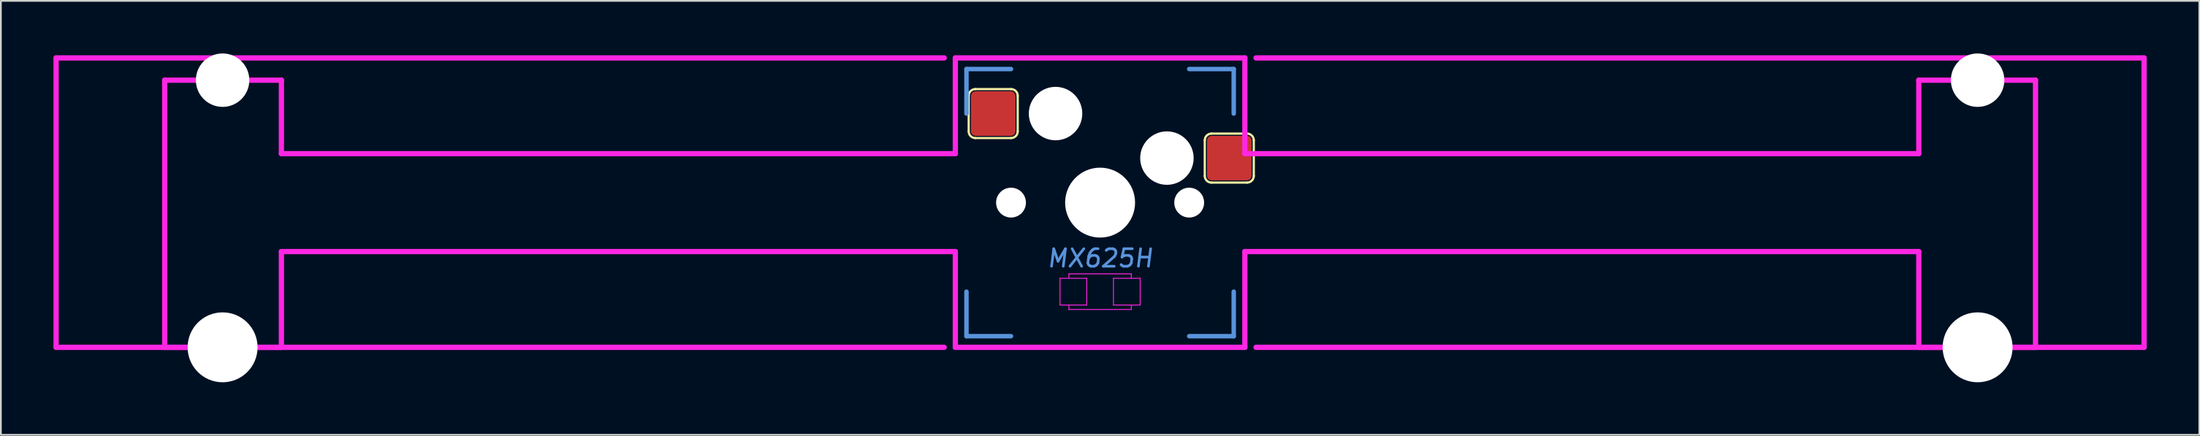
<source format=kicad_pcb>
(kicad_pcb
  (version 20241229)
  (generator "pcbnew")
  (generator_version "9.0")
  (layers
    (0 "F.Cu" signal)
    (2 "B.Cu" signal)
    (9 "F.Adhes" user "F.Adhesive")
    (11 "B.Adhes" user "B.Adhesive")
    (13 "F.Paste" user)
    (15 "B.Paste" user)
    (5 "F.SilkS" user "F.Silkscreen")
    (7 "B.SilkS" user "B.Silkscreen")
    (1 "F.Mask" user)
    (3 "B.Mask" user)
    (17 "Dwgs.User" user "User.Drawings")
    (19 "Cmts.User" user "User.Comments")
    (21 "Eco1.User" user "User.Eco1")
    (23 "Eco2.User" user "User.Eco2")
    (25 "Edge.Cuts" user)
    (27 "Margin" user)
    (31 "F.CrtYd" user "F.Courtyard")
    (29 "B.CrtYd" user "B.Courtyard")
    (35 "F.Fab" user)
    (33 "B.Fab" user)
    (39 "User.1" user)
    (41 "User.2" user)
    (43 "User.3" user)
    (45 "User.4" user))
  (footprint "MX625H"
    (layer "F.Cu")
    (at 59.681 8.509)
    (property "Reference" "MX625H" (at 0 3.175 0) (layer "Cmts.User") (effects (font (size 1 1) (thickness 0.15) (italic yes))))
    (attr through_hole)
    (fp_line (start -7.493 -6.096) (end -7.493 -4.064) (stroke (width 0.127) (type solid)) (layer "F.SilkS"))
    (fp_line (start -7.112 -3.683) (end -5.08 -3.683) (stroke (width 0.127) (type solid)) (layer "F.SilkS"))
    (fp_line (start -5.08 -6.477) (end -7.112 -6.477) (stroke (width 0.127) (type solid)) (layer "F.SilkS"))
    (fp_line (start -4.699 -4.064) (end -4.699 -6.096) (stroke (width 0.127) (type solid)) (layer "F.SilkS"))
    (fp_line (start 5.969 -3.556) (end 5.969 -1.524) (stroke (width 0.127) (type solid)) (layer "F.SilkS"))
    (fp_line (start 6.35 -1.143) (end 8.382 -1.143) (stroke (width 0.127) (type solid)) (layer "F.SilkS"))
    (fp_line (start 8.382 -3.937) (end 6.35 -3.937) (stroke (width 0.127) (type solid)) (layer "F.SilkS"))
    (fp_line (start 8.763 -1.524) (end 8.763 -3.556) (stroke (width 0.127) (type solid)) (layer "F.SilkS"))
    (fp_arc (start -7.493 -6.096) (mid -7.381408 -6.365408) (end -7.112 -6.477) (stroke (width 0.127) (type solid)) (layer "F.SilkS"))
    (fp_arc (start -7.112 -3.683) (mid -7.381408 -3.794592) (end -7.493 -4.064) (stroke (width 0.127) (type solid)) (layer "F.SilkS"))
    (fp_arc (start -5.08 -6.477) (mid -4.810592 -6.365408) (end -4.699 -6.096) (stroke (width 0.127) (type solid)) (layer "F.SilkS"))
    (fp_arc (start -4.699 -4.064) (mid -4.810592 -3.794592) (end -5.08 -3.683) (stroke (width 0.127) (type solid)) (layer "F.SilkS"))
    (fp_arc (start 5.969 -3.556) (mid 6.080592 -3.825408) (end 6.35 -3.937) (stroke (width 0.127) (type solid)) (layer "F.SilkS"))
    (fp_arc (start 6.35 -1.143) (mid 6.080592 -1.254592) (end 5.969 -1.524) (stroke (width 0.127) (type solid)) (layer "F.SilkS"))
    (fp_arc (start 8.382 -3.937) (mid 8.651408 -3.825408) (end 8.763 -3.556) (stroke (width 0.127) (type solid)) (layer "F.SilkS"))
    (fp_arc (start 8.763 -1.524) (mid 8.651408 -1.254592) (end 8.382 -1.143) (stroke (width 0.127) (type solid)) (layer "F.SilkS"))
    (fp_line (start -7.62 -7.62) (end -7.62 -5.08) (stroke (width 0.254) (type solid)) (layer "Cmts.User"))
    (fp_line (start -7.62 -7.62) (end -5.08 -7.62) (stroke (width 0.254) (type solid)) (layer "Cmts.User"))
    (fp_line (start -7.62 7.62) (end -7.62 5.08) (stroke (width 0.254) (type solid)) (layer "Cmts.User"))
    (fp_line (start -7.62 7.62) (end -5.08 7.62) (stroke (width 0.254) (type solid)) (layer "Cmts.User"))
    (fp_line (start 7.62 -7.62) (end 5.08 -7.62) (stroke (width 0.254) (type solid)) (layer "Cmts.User"))
    (fp_line (start 7.62 -7.62) (end 7.62 -5.08) (stroke (width 0.254) (type solid)) (layer "Cmts.User"))
    (fp_line (start 7.62 7.62) (end 5.08 7.62) (stroke (width 0.254) (type solid)) (layer "Cmts.User"))
    (fp_line (start 7.62 7.62) (end 7.62 5.08) (stroke (width 0.254) (type solid)) (layer "Cmts.User"))
    (fp_line (start -59.531 -8.255) (end -59.531 8.255) (stroke (width 0.3) (type solid)) (layer "F.CrtYd"))
    (fp_line (start -59.531 -8.255) (end -8.89 -8.255) (stroke (width 0.3) (type solid)) (layer "F.CrtYd"))
    (fp_line (start -59.531 8.255) (end -8.89 8.255) (stroke (width 0.3) (type solid)) (layer "F.CrtYd"))
    (fp_line (start -53.34 -6.985) (end -53.34 8.255) (stroke (width 0.3) (type solid)) (layer "F.CrtYd"))
    (fp_line (start -53.34 -6.985) (end -46.685 -6.985) (stroke (width 0.3) (type solid)) (layer "F.CrtYd"))
    (fp_line (start -53.34 8.255) (end -46.685 8.255) (stroke (width 0.3) (type solid)) (layer "F.CrtYd"))
    (fp_line (start -46.685 -6.985) (end -46.685 -2.794) (stroke (width 0.3) (type solid)) (layer "F.CrtYd"))
    (fp_line (start -46.685 -2.794) (end -8.255 -2.794) (stroke (width 0.3) (type solid)) (layer "F.CrtYd"))
    (fp_line (start -46.685 2.794) (end -46.685 8.255) (stroke (width 0.3) (type solid)) (layer "F.CrtYd"))
    (fp_line (start -46.685 2.794) (end -8.255 2.794) (stroke (width 0.3) (type solid)) (layer "F.CrtYd"))
    (fp_line (start -8.255 -8.255) (end -8.255 -2.794) (stroke (width 0.3) (type solid)) (layer "F.CrtYd"))
    (fp_line (start -8.255 2.794) (end -8.255 8.255) (stroke (width 0.3) (type solid)) (layer "F.CrtYd"))
    (fp_line (start -8.255 8.255) (end 8.255 8.255) (stroke (width 0.3) (type solid)) (layer "F.CrtYd"))
    (fp_line (start -2.286 4.318) (end -2.286 5.842) (stroke (width 0.051) (type solid)) (layer "F.CrtYd"))
    (fp_line (start -2.286 5.842) (end -0.762 5.842) (stroke (width 0.051) (type solid)) (layer "F.CrtYd"))
    (fp_line (start -1.778 4.064) (end 1.778 4.064) (stroke (width 0.051) (type solid)) (layer "F.CrtYd"))
    (fp_line (start -1.778 4.318) (end -1.778 4.064) (stroke (width 0.051) (type solid)) (layer "F.CrtYd"))
    (fp_line (start -1.778 6.096) (end -1.778 5.842) (stroke (width 0.051) (type solid)) (layer "F.CrtYd"))
    (fp_line (start -0.762 4.318) (end -2.286 4.318) (stroke (width 0.051) (type solid)) (layer "F.CrtYd"))
    (fp_line (start -0.762 5.842) (end -0.762 4.318) (stroke (width 0.051) (type solid)) (layer "F.CrtYd"))
    (fp_line (start 0.762 4.318) (end 0.762 5.842) (stroke (width 0.051) (type solid)) (layer "F.CrtYd"))
    (fp_line (start 0.762 5.842) (end 2.286 5.842) (stroke (width 0.051) (type solid)) (layer "F.CrtYd"))
    (fp_line (start 1.778 4.064) (end 1.778 4.318) (stroke (width 0.051) (type solid)) (layer "F.CrtYd"))
    (fp_line (start 1.778 5.842) (end 1.778 6.096) (stroke (width 0.051) (type solid)) (layer "F.CrtYd"))
    (fp_line (start 1.778 6.096) (end -1.778 6.096) (stroke (width 0.051) (type solid)) (layer "F.CrtYd"))
    (fp_line (start 2.286 4.318) (end 0.762 4.318) (stroke (width 0.051) (type solid)) (layer "F.CrtYd"))
    (fp_line (start 2.286 5.842) (end 2.286 4.318) (stroke (width 0.051) (type solid)) (layer "F.CrtYd"))
    (fp_line (start 8.255 -8.255) (end -8.255 -8.255) (stroke (width 0.3) (type solid)) (layer "F.CrtYd"))
    (fp_line (start 8.255 -8.255) (end 8.255 -2.794) (stroke (width 0.3) (type solid)) (layer "F.CrtYd"))
    (fp_line (start 8.255 -2.794) (end 46.685 -2.794) (stroke (width 0.3) (type solid)) (layer "F.CrtYd"))
    (fp_line (start 8.255 2.794) (end 8.255 8.255) (stroke (width 0.3) (type solid)) (layer "F.CrtYd"))
    (fp_line (start 8.255 2.794) (end 46.685 2.794) (stroke (width 0.3) (type solid)) (layer "F.CrtYd"))
    (fp_line (start 46.685 -6.985) (end 46.685 -2.794) (stroke (width 0.3) (type solid)) (layer "F.CrtYd"))
    (fp_line (start 46.685 -6.985) (end 53.34 -6.985) (stroke (width 0.3) (type solid)) (layer "F.CrtYd"))
    (fp_line (start 46.685 2.794) (end 46.685 8.255) (stroke (width 0.3) (type solid)) (layer "F.CrtYd"))
    (fp_line (start 46.685 8.255) (end 53.34 8.255) (stroke (width 0.3) (type solid)) (layer "F.CrtYd"))
    (fp_line (start 53.34 -6.985) (end 53.34 8.255) (stroke (width 0.3) (type solid)) (layer "F.CrtYd"))
    (fp_line (start 59.531 -8.255) (end 8.89 -8.255) (stroke (width 0.3) (type solid)) (layer "F.CrtYd"))
    (fp_line (start 59.531 -8.255) (end 59.531 8.255) (stroke (width 0.3) (type solid)) (layer "F.CrtYd"))
    (fp_line (start 59.531 8.255) (end 8.89 8.255) (stroke (width 0.3) (type solid)) (layer "F.CrtYd"))
    (pad "" np_thru_hole circle (at -50.038 -6.985) (size 3.048 3.048) (drill 3.048) (layers "*.Cu" "*.Mask"))
    (pad "" np_thru_hole circle (at -50.038 8.255) (size 3.988 3.988) (drill 3.988) (layers "*.Cu" "*.Mask"))
    (pad "" np_thru_hole circle (at -5.08 0) (size 1.702 1.702) (drill 1.702) (layers "*.Cu" "*.Mask"))
    (pad "" np_thru_hole circle (at -2.54 -5.08) (size 3.048 3.048) (drill 3.048) (layers "*.Cu" "*.Mask"))
    (pad "" np_thru_hole circle (at 0 0) (size 3.988 3.988) (drill 3.988) (layers "*.Cu" "*.Mask"))
    (pad "" np_thru_hole circle (at 3.81 -2.54) (size 3.048 3.048) (drill 3.048) (layers "*.Cu" "*.Mask"))
    (pad "" np_thru_hole circle (at 5.08 0) (size 1.702 1.702) (drill 1.702) (layers "*.Cu" "*.Mask"))
    (pad "" np_thru_hole circle (at 50.038 -6.985) (size 3.048 3.048) (drill 3.048) (layers "*.Cu" "*.Mask"))
    (pad "" np_thru_hole circle (at 50.038 8.255) (size 3.988 3.988) (drill 3.988) (layers "*.Cu" "*.Mask"))
    (pad "1" smd roundrect (at 7.366 -2.54) (size 2.54 2.54) (layers "F.Cu" "F.Mask" "F.Paste") (roundrect_rratio 0.1))
    (pad "2" smd roundrect (at -6.096 -5.08) (size 2.54 2.54) (layers "F.Cu" "F.Mask" "F.Paste") (roundrect_rratio 0.1)))
  (gr_rect
    (start -3 -3)
    (end 122.362 21.758)
    (stroke (width 0.1) (type default))
    (fill no)
    (layer "Edge.Cuts")))
</source>
